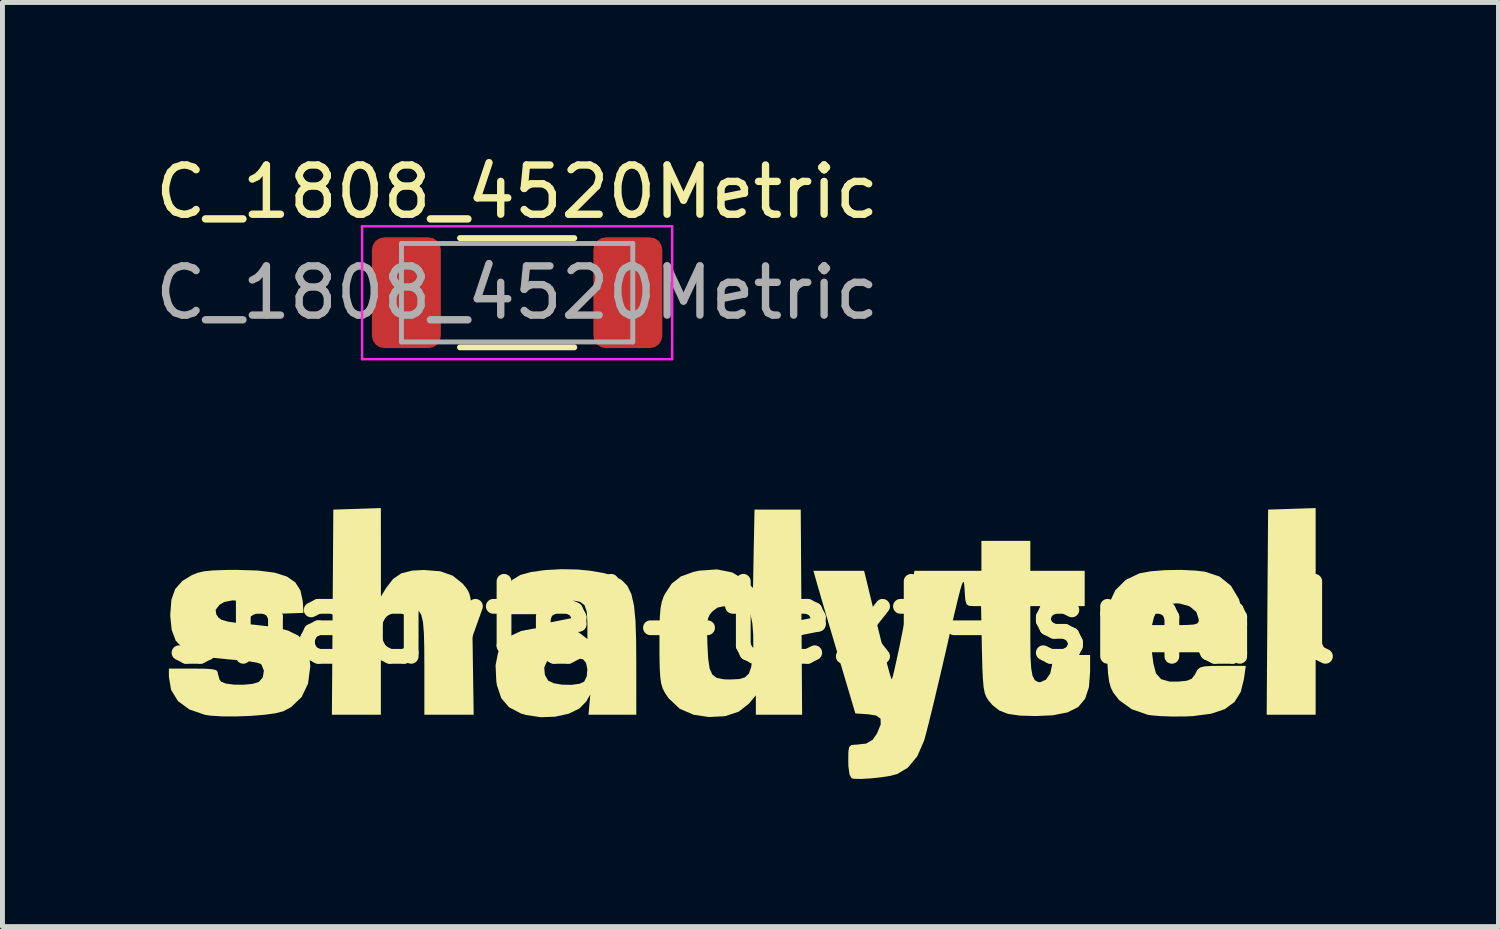
<source format=kicad_pcb>
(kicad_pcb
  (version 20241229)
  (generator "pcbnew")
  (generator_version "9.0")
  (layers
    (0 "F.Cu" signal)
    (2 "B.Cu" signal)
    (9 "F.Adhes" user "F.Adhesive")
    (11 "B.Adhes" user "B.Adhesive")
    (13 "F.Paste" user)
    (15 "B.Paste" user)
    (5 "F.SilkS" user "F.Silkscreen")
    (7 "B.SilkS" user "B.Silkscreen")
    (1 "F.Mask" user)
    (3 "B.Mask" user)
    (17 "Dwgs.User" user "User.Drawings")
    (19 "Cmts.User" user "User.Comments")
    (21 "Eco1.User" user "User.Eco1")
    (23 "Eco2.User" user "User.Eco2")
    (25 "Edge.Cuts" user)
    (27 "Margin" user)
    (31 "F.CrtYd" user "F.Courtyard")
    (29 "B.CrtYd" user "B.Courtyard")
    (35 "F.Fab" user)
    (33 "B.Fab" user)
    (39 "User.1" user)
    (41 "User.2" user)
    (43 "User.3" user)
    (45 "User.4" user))
  (footprint "shadytel-text-small"
    (layer "F.Cu")
    (at 12.199 9.597)
    (property "Reference" "shadytel-text-small" (at 0 0 0) (layer "F.SilkS") (effects (font (size 1.524 1.524) (thickness 0.3))))
    (attr board_only exclude_from_pos_files exclude_from_bom)
    (fp_poly (pts (xy 11.485 1.877) (xy 10.49 1.877) (xy 10.504 -0.207) (xy 10.519 -2.292) (xy 11.485 -2.323)) (stroke (width 0) (type solid)) (fill yes) (layer "F.SilkS"))
    (fp_poly (pts (xy -7.509 -1.424) (xy -7.509 -0.525) (xy -7.402 -0.701) (xy -7.261 -0.884) (xy -7.094 -0.997) (xy -6.871 -1.053) (xy -6.629 -1.065) (xy -6.302 -1.038) (xy -6.05 -0.949) (xy -5.849 -0.789) (xy -5.776 -0.7) (xy -5.738 -0.642) (xy -5.709 -0.575) (xy -5.687 -0.482) (xy -5.671 -0.349) (xy -5.66 -0.159) (xy -5.652 0.102) (xy -5.645 0.45) (xy -5.642 0.667) (xy -5.624 1.877) (xy -6.626 1.877) (xy -6.626 0.894) (xy -6.628 0.502) (xy -6.636 0.206) (xy -6.654 -0.007) (xy -6.688 -0.15) (xy -6.741 -0.237) (xy -6.818 -0.283) (xy -6.924 -0.299) (xy -7.013 -0.301) (xy -7.19 -0.283) (xy -7.315 -0.212) (xy -7.377 -0.148) (xy -7.426 -0.087) (xy -7.461 -0.023) (xy -7.484 0.063) (xy -7.499 0.188) (xy -7.506 0.372) (xy -7.509 0.631) (xy -7.51 0.942) (xy -7.51 1.877) (xy -8.505 1.877) (xy -8.49 -0.207) (xy -8.476 -2.292) (xy -7.993 -2.307) (xy -7.51 -2.323)) (stroke (width 0) (type solid)) (fill yes) (layer "F.SilkS"))
    (fp_poly (pts (xy 1.036 -0.207) (xy 1.05 1.877) (xy 0.11 1.877) (xy 0.11 1.482) (xy -0.031 1.651) (xy -0.238 1.814) (xy -0.515 1.906) (xy -0.844 1.923) (xy -1.153 1.877) (xy -1.435 1.756) (xy -1.664 1.541) (xy -1.739 1.43) (xy -1.783 1.342) (xy -1.814 1.241) (xy -1.833 1.106) (xy -1.844 0.914) (xy -1.849 0.646) (xy -1.849 0.442) (xy -1.848 0.206) (xy -0.881 0.206) (xy -0.875 0.438) (xy -0.859 0.733) (xy -0.83 0.935) (xy -0.775 1.061) (xy -0.684 1.129) (xy -0.545 1.156) (xy -0.41 1.16) (xy -0.224 1.151) (xy -0.111 1.116) (xy -0.036 1.044) (xy -0.031 1.037) (xy 0.014 0.914) (xy 0.043 0.718) (xy 0.058 0.48) (xy 0.056 0.236) (xy 0.038 0.017) (xy 0.005 -0.143) (xy -0.018 -0.19) (xy -0.141 -0.271) (xy -0.361 -0.316) (xy -0.371 -0.317) (xy -0.552 -0.326) (xy -0.668 -0.301) (xy -0.762 -0.232) (xy -0.772 -0.222) (xy -0.828 -0.157) (xy -0.862 -0.081) (xy -0.879 0.032) (xy -0.881 0.206) (xy -1.848 0.206) (xy -1.848 0.115) (xy -1.841 -0.124) (xy -1.826 -0.295) (xy -1.8 -0.423) (xy -1.763 -0.527) (xy -1.739 -0.576) (xy -1.598 -0.79) (xy -1.413 -0.934) (xy -1.159 -1.026) (xy -1.041 -1.051) (xy -0.681 -1.077) (xy -0.373 -1.016) (xy -0.127 -0.871) (xy -0.106 -0.852) (xy 0.052 -0.7) (xy 0.067 -1.496) (xy 0.083 -2.292) (xy 1.022 -2.292)) (stroke (width 0) (type solid)) (fill yes) (layer "F.SilkS"))
    (fp_poly (pts (xy 9.054 -1.052) (xy 9.237 -1.03) (xy 9.533 -0.931) (xy 9.764 -0.744) (xy 9.927 -0.472) (xy 10.023 -0.116) (xy 10.05 0.259) (xy 10.05 0.607) (xy 8.158 0.607) (xy 8.189 0.84) (xy 8.241 1.037) (xy 8.345 1.154) (xy 8.518 1.203) (xy 8.696 1.203) (xy 8.869 1.185) (xy 8.968 1.144) (xy 9.031 1.062) (xy 9.044 1.035) (xy 9.084 0.962) (xy 9.136 0.917) (xy 9.223 0.894) (xy 9.372 0.885) (xy 9.591 0.883) (xy 10.065 0.883) (xy 10.029 1.146) (xy 9.962 1.415) (xy 9.835 1.618) (xy 9.638 1.763) (xy 9.36 1.856) (xy 8.993 1.904) (xy 8.84 1.911) (xy 8.577 1.913) (xy 8.326 1.904) (xy 8.129 1.887) (xy 8.072 1.877) (xy 7.747 1.764) (xy 7.493 1.581) (xy 7.372 1.426) (xy 7.323 1.326) (xy 7.289 1.203) (xy 7.266 1.033) (xy 7.251 0.792) (xy 7.242 0.55) (xy 7.239 0.2) (xy 7.245 0.055) (xy 8.16 0.055) (xy 8.636 0.055) (xy 8.865 0.053) (xy 9.006 0.044) (xy 9.08 0.022) (xy 9.107 -0.017) (xy 9.111 -0.055) (xy 9.061 -0.212) (xy 8.925 -0.326) (xy 8.724 -0.383) (xy 8.652 -0.387) (xy 8.425 -0.359) (xy 8.28 -0.27) (xy 8.2 -0.11) (xy 8.197 -0.097) (xy 8.16 0.055) (xy 7.245 0.055) (xy 7.25 -0.097) (xy 7.274 -0.318) (xy 7.288 -0.385) (xy 7.415 -0.654) (xy 7.626 -0.864) (xy 7.901 -0.995) (xy 7.915 -0.999) (xy 8.14 -1.039) (xy 8.432 -1.062) (xy 8.751 -1.067)) (stroke (width 0) (type solid)) (fill yes) (layer "F.SilkS"))
    (fp_poly (pts (xy -3.516 -1.075) (xy -3.268 -1.051) (xy -2.999 -1.006) (xy -2.787 -0.949) (xy -2.623 -0.866) (xy -2.503 -0.746) (xy -2.42 -0.576) (xy -2.366 -0.343) (xy -2.336 -0.035) (xy -2.323 0.36) (xy -2.32 0.759) (xy -2.319 1.877) (xy -3.291 1.877) (xy -3.254 1.463) (xy -3.337 1.608) (xy -3.478 1.752) (xy -3.697 1.857) (xy -3.968 1.916) (xy -4.263 1.927) (xy -4.558 1.882) (xy -4.666 1.85) (xy -4.906 1.724) (xy -5.064 1.539) (xy -5.151 1.278) (xy -5.164 1.195) (xy -5.177 0.913) (xy -4.19 0.913) (xy -4.177 1.068) (xy -4.11 1.183) (xy -4 1.236) (xy -3.829 1.265) (xy -3.638 1.269) (xy -3.472 1.247) (xy -3.379 1.204) (xy -3.326 1.096) (xy -3.314 0.953) (xy -3.341 0.822) (xy -3.4 0.751) (xy -3.532 0.725) (xy -3.711 0.718) (xy -3.899 0.727) (xy -4.053 0.751) (xy -4.13 0.784) (xy -4.19 0.913) (xy -5.177 0.913) (xy -5.179 0.872) (xy -5.129 0.617) (xy -5.012 0.41) (xy -4.861 0.268) (xy -4.661 0.175) (xy -4.393 0.124) (xy -4.068 0.11) (xy -3.823 0.115) (xy -3.659 0.133) (xy -3.545 0.17) (xy -3.459 0.225) (xy -3.313 0.339) (xy -3.313 0.011) (xy -3.325 -0.212) (xy -3.371 -0.348) (xy -3.462 -0.418) (xy -3.589 -0.442) (xy -3.802 -0.45) (xy -3.935 -0.422) (xy -4.016 -0.35) (xy -4.041 -0.304) (xy -4.077 -0.238) (xy -4.128 -0.197) (xy -4.218 -0.176) (xy -4.372 -0.167) (xy -4.599 -0.166) (xy -5.094 -0.166) (xy -5.057 -0.4) (xy -4.979 -0.674) (xy -4.843 -0.862) (xy -4.675 -0.964) (xy -4.461 -1.023) (xy -4.172 -1.063) (xy -3.846 -1.081)) (stroke (width 0) (type solid)) (fill yes) (layer "F.SilkS"))
    (fp_poly (pts (xy -10.008 -1.054) (xy -9.671 -1.011) (xy -9.422 -0.933) (xy -9.25 -0.815) (xy -9.145 -0.652) (xy -9.098 -0.438) (xy -9.095 -0.4) (xy -9.083 -0.193) (xy -9.539 -0.177) (xy -9.764 -0.175) (xy -9.921 -0.187) (xy -9.992 -0.209) (xy -9.994 -0.215) (xy -10.043 -0.315) (xy -10.17 -0.391) (xy -10.341 -0.437) (xy -10.525 -0.447) (xy -10.691 -0.415) (xy -10.791 -0.355) (xy -10.867 -0.255) (xy -10.855 -0.165) (xy -10.809 -0.097) (xy -10.746 -0.052) (xy -10.623 -0.017) (xy -10.423 0.014) (xy -10.13 0.043) (xy -10.096 0.046) (xy -9.698 0.093) (xy -9.399 0.165) (xy -9.185 0.271) (xy -9.046 0.42) (xy -8.97 0.62) (xy -8.945 0.88) (xy -8.945 0.902) (xy -8.989 1.243) (xy -9.12 1.517) (xy -9.336 1.723) (xy -9.492 1.806) (xy -9.645 1.846) (xy -9.877 1.878) (xy -10.157 1.9) (xy -10.454 1.911) (xy -10.736 1.91) (xy -10.974 1.895) (xy -11.085 1.878) (xy -11.402 1.769) (xy -11.633 1.599) (xy -11.772 1.372) (xy -11.817 1.11) (xy -11.817 0.939) (xy -11.32 0.939) (xy -11.082 0.941) (xy -10.935 0.951) (xy -10.856 0.971) (xy -10.826 1.008) (xy -10.823 1.038) (xy -10.788 1.161) (xy -10.756 1.204) (xy -10.66 1.243) (xy -10.495 1.265) (xy -10.302 1.267) (xy -10.121 1.25) (xy -9.992 1.213) (xy -9.991 1.213) (xy -9.908 1.116) (xy -9.887 0.98) (xy -9.934 0.861) (xy -9.953 0.843) (xy -10.034 0.817) (xy -10.2 0.79) (xy -10.422 0.765) (xy -10.6 0.752) (xy -11.004 0.711) (xy -11.312 0.639) (xy -11.533 0.528) (xy -11.679 0.369) (xy -11.76 0.154) (xy -11.789 -0.125) (xy -11.789 -0.166) (xy -11.766 -0.461) (xy -11.689 -0.678) (xy -11.544 -0.842) (xy -11.35 -0.961) (xy -11.237 -1.007) (xy -11.103 -1.038) (xy -10.925 -1.056) (xy -10.677 -1.065) (xy -10.442 -1.067)) (stroke (width 0) (type solid)) (fill yes) (layer "F.SilkS"))
    (fp_poly (pts (xy 5.687 -1.049) (xy 6.792 -1.049) (xy 6.792 -0.331) (xy 5.687 -0.331) (xy 5.687 0.375) (xy 5.691 0.703) (xy 5.705 0.935) (xy 5.733 1.087) (xy 5.778 1.174) (xy 5.843 1.211) (xy 5.888 1.215) (xy 6.004 1.165) (xy 6.092 1.037) (xy 6.129 0.864) (xy 6.129 0.852) (xy 6.129 0.663) (xy 6.902 0.663) (xy 6.902 0.999) (xy 6.879 1.313) (xy 6.801 1.551) (xy 6.66 1.72) (xy 6.443 1.829) (xy 6.142 1.888) (xy 5.798 1.903) (xy 5.473 1.894) (xy 5.234 1.859) (xy 5.057 1.791) (xy 4.917 1.68) (xy 4.836 1.584) (xy 4.792 1.514) (xy 4.76 1.432) (xy 4.738 1.316) (xy 4.723 1.15) (xy 4.712 0.912) (xy 4.704 0.585) (xy 4.703 0.548) (xy 4.686 -0.331) (xy 4.527 -0.331) (xy 4.439 -0.337) (xy 4.39 -0.369) (xy 4.366 -0.455) (xy 4.354 -0.62) (xy 4.351 -0.672) (xy 4.345 -0.765) (xy 4.336 -0.818) (xy 4.32 -0.822) (xy 4.296 -0.768) (xy 4.26 -0.648) (xy 4.211 -0.453) (xy 4.144 -0.174) (xy 4.058 0.197) (xy 3.983 0.529) (xy 3.887 0.945) (xy 3.793 1.343) (xy 3.707 1.705) (xy 3.631 2.013) (xy 3.571 2.25) (xy 3.53 2.398) (xy 3.528 2.404) (xy 3.389 2.722) (xy 3.195 2.955) (xy 2.979 3.083) (xy 2.844 3.118) (xy 2.653 3.148) (xy 2.441 3.17) (xy 2.245 3.181) (xy 2.101 3.178) (xy 2.057 3.169) (xy 2.013 3.093) (xy 1.99 2.92) (xy 1.988 2.811) (xy 1.99 2.63) (xy 2.006 2.532) (xy 2.048 2.493) (xy 2.129 2.485) (xy 2.149 2.485) (xy 2.35 2.463) (xy 2.483 2.386) (xy 2.57 2.26) (xy 2.647 2.075) (xy 2.644 1.957) (xy 2.553 1.892) (xy 2.391 1.867) (xy 2.132 1.85) (xy 1.812 0.773) (xy 1.707 0.417) (xy 1.604 0.071) (xy 1.512 -0.242) (xy 1.437 -0.498) (xy 1.387 -0.672) (xy 1.385 -0.676) (xy 1.279 -1.049) (xy 2.31 -1.049) (xy 2.577 0.055) (xy 2.658 0.386) (xy 2.732 0.678) (xy 2.795 0.914) (xy 2.841 1.078) (xy 2.868 1.155) (xy 2.871 1.159) (xy 2.89 1.107) (xy 2.925 0.964) (xy 2.974 0.743) (xy 3.034 0.463) (xy 3.099 0.138) (xy 3.116 0.055) (xy 3.332 -1.049) (xy 4.693 -1.049) (xy 4.693 -1.657) (xy 5.687 -1.657)) (stroke (width 0) (type solid)) (fill yes) (layer "F.SilkS")))
  (footprint "C_1808_4520Metric"
    (layer "F.Cu")
    (at 7.458 2.898)
    (property "Reference" "C_1808_4520Metric" (at 0 -2.05 0) (layer "F.SilkS") (effects (font (size 1 1) (thickness 0.15))))
    (attr smd)
    (fp_line (start -1.161 -1.11) (end 1.161 -1.11) (stroke (width 0.12) (type solid)) (layer "F.SilkS"))
    (fp_line (start -1.161 1.11) (end 1.161 1.11) (stroke (width 0.12) (type solid)) (layer "F.SilkS"))
    (fp_line (start -3.15 -1.35) (end 3.15 -1.35) (stroke (width 0.05) (type solid)) (layer "F.CrtYd"))
    (fp_line (start -3.15 1.35) (end -3.15 -1.35) (stroke (width 0.05) (type solid)) (layer "F.CrtYd"))
    (fp_line (start 3.15 -1.35) (end 3.15 1.35) (stroke (width 0.05) (type solid)) (layer "F.CrtYd"))
    (fp_line (start 3.15 1.35) (end -3.15 1.35) (stroke (width 0.05) (type solid)) (layer "F.CrtYd"))
    (fp_line (start -2.35 -1) (end 2.35 -1) (stroke (width 0.1) (type solid)) (layer "F.Fab"))
    (fp_line (start -2.35 1) (end -2.35 -1) (stroke (width 0.1) (type solid)) (layer "F.Fab"))
    (fp_line (start 2.35 -1) (end 2.35 1) (stroke (width 0.1) (type solid)) (layer "F.Fab"))
    (fp_line (start 2.35 1) (end -2.35 1) (stroke (width 0.1) (type solid)) (layer "F.Fab"))
    (fp_text user "${REFERENCE}" (at 0 0 0) (layer "F.Fab") (effects (font (size 1 1) (thickness 0.15))))
    (pad "1" smd roundrect (at -2.25 0) (size 1.4 2.25) (layers "F.Cu" "F.Mask" "F.Paste") (roundrect_rratio 0.179))
    (pad "2" smd roundrect (at 2.25 0) (size 1.4 2.25) (layers "F.Cu" "F.Mask" "F.Paste") (roundrect_rratio 0.179)))
  (gr_rect
    (start -3 -3)
    (end 27.399 15.778)
    (stroke (width 0.1) (type default))
    (fill no)
    (layer "Edge.Cuts")))
</source>
